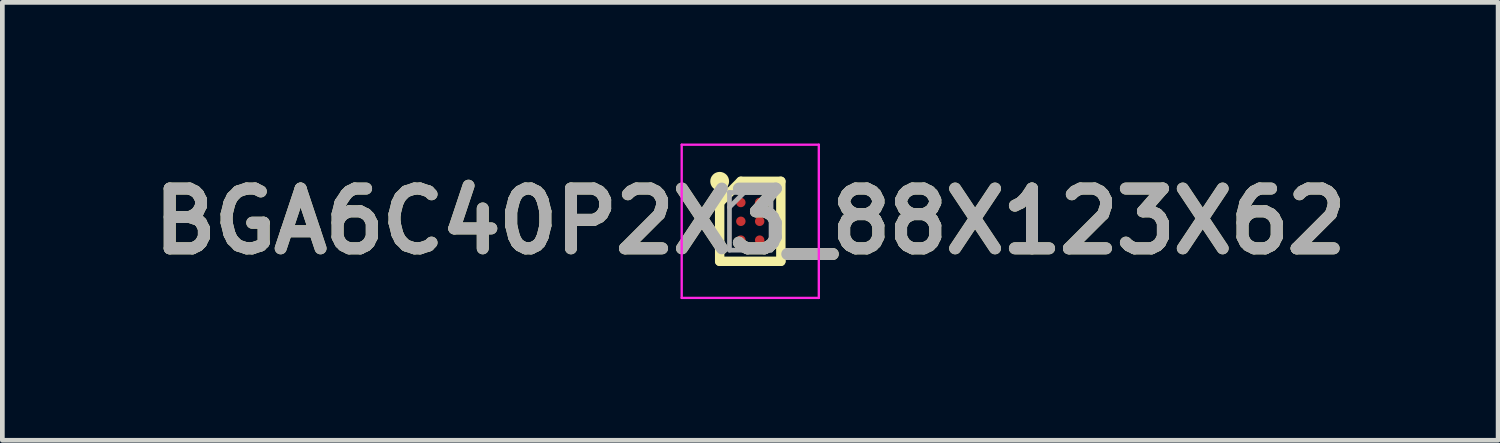
<source format=kicad_pcb>
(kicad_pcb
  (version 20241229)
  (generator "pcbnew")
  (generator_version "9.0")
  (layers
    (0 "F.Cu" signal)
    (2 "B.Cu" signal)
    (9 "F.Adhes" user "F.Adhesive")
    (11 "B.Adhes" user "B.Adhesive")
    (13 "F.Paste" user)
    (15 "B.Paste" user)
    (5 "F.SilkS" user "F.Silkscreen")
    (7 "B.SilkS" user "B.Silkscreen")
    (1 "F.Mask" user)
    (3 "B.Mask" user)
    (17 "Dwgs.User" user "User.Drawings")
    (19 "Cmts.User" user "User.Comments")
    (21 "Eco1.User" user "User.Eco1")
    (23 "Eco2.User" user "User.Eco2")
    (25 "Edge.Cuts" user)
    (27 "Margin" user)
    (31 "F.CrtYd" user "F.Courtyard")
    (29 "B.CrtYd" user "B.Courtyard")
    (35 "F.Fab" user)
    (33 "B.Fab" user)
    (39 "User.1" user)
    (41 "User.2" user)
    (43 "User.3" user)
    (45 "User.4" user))
  (footprint "BGA6C40P2X3_88X123X62"
    (layer "F.Cu")
    (at 12.894 1.653)
    (property "Reference" "BGA6C40P2X3_88X123X62" (at 0 0 0) (layer "F.SilkS") (effects (font (size 1.27 1.27) (thickness 0.254))))
    (attr smd)
    (fp_line (start -0.65 -0.4) (end -0.2 -0.85) (stroke (width 0.2) (type solid)) (layer "F.SilkS"))
    (fp_line (start -0.65 0.85) (end -0.65 -0.4) (stroke (width 0.2) (type solid)) (layer "F.SilkS"))
    (fp_line (start -0.2 -0.85) (end 0.65 -0.85) (stroke (width 0.2) (type solid)) (layer "F.SilkS"))
    (fp_line (start 0.65 -0.85) (end 0.65 0.85) (stroke (width 0.2) (type solid)) (layer "F.SilkS"))
    (fp_line (start 0.65 0.85) (end -0.65 0.85) (stroke (width 0.2) (type solid)) (layer "F.SilkS"))
    (fp_circle (center -0.65 -0.85) (end -0.65 -0.75) (stroke (width 0.2) (type solid)) (fill no) (layer "F.SilkS"))
    (fp_line (start -1.457 -1.628) (end 1.457 -1.628) (stroke (width 0.05) (type solid)) (layer "F.CrtYd"))
    (fp_line (start -1.457 1.628) (end -1.457 -1.628) (stroke (width 0.05) (type solid)) (layer "F.CrtYd"))
    (fp_line (start 1.457 -1.628) (end 1.457 1.628) (stroke (width 0.05) (type solid)) (layer "F.CrtYd"))
    (fp_line (start 1.457 1.628) (end -1.457 1.628) (stroke (width 0.05) (type solid)) (layer "F.CrtYd"))
    (fp_line (start -0.442 -0.613) (end 0.442 -0.613) (stroke (width 0.1) (type solid)) (layer "F.Fab"))
    (fp_line (start -0.442 -0.299) (end -0.128 -0.613) (stroke (width 0.1) (type solid)) (layer "F.Fab"))
    (fp_line (start -0.442 0.613) (end -0.442 -0.613) (stroke (width 0.1) (type solid)) (layer "F.Fab"))
    (fp_line (start 0.442 -0.613) (end 0.442 0.613) (stroke (width 0.1) (type solid)) (layer "F.Fab"))
    (fp_line (start 0.442 0.613) (end -0.442 0.613) (stroke (width 0.1) (type solid)) (layer "F.Fab"))
    (fp_text user "${REFERENCE}" (at 0 0 0) (layer "F.Fab") (effects (font (size 1.27 1.27) (thickness 0.254))))
    (pad "A1" smd circle (at -0.2 -0.4 90) (size 0.2 0.2) (layers "F.Cu" "F.Mask" "F.Paste"))
    (pad "A2" smd circle (at 0.2 -0.4 90) (size 0.2 0.2) (layers "F.Cu" "F.Mask" "F.Paste"))
    (pad "B1" smd circle (at -0.2 0 90) (size 0.2 0.2) (layers "F.Cu" "F.Mask" "F.Paste"))
    (pad "B2" smd circle (at 0.2 0 90) (size 0.2 0.2) (layers "F.Cu" "F.Mask" "F.Paste"))
    (pad "C1" smd circle (at -0.2 0.4 90) (size 0.2 0.2) (layers "F.Cu" "F.Mask" "F.Paste"))
    (pad "C2" smd circle (at 0.2 0.4 90) (size 0.2 0.2) (layers "F.Cu" "F.Mask" "F.Paste")))
  (gr_rect
    (start -3 -3)
    (end 28.787 6.306)
    (stroke (width 0.1) (type default))
    (fill no)
    (layer "Edge.Cuts")))
</source>
